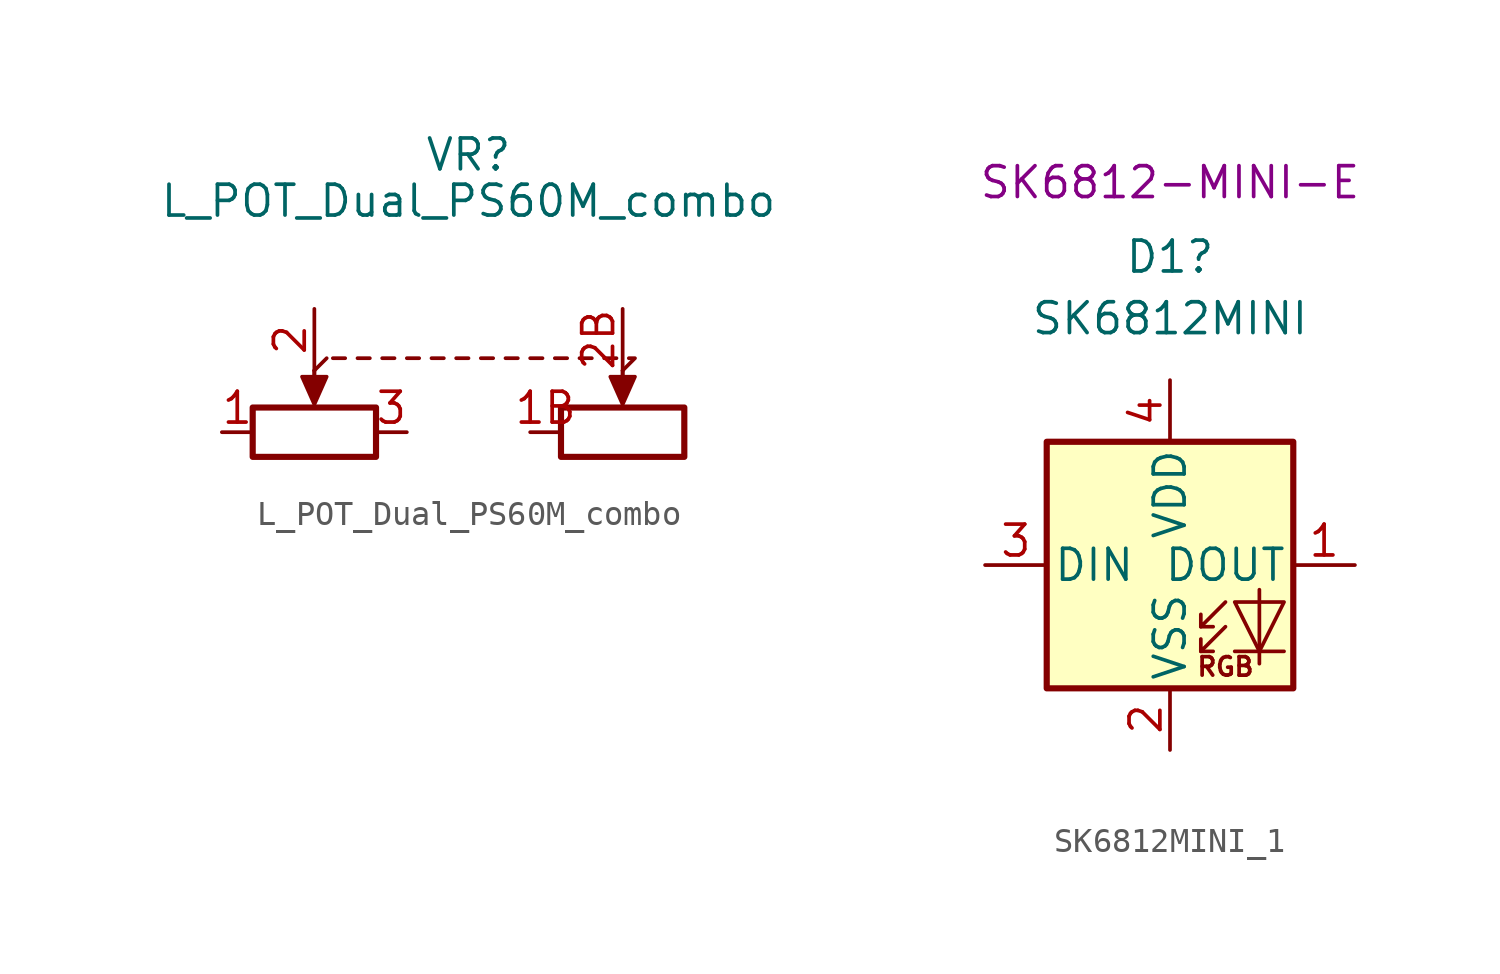
<source format=kicad_sym>
(kicad_symbol_lib
  (version 20211014)
  (generator kicad_symbol_editor)
  (symbol "L_POT_Dual_PS60M_combo"
    (pin_names
      (offset 1.016) hide)
    (property "Reference" "VR"
      (at 0 8.89 0)
      (effects (font (size 1.27 1.27))))
    (property "Value" "L_POT_Dual_PS60M_combo"
      (at 0 6.985 0)
      (effects (font (size 1.27 1.27))))
    (symbol "L_POT_Dual_PS60M_combo_0_1"
      (rectangle (start -8.89 -1.524) (end -3.81 -3.556) (stroke (width 0.254) (type default) (color 0 0 0 0)) (fill (type none)))
      (polyline (pts (xy -6.35 0) (xy -6.35 -1.016)) (stroke (width 0) (type default) (color 0 0 0 0)) (fill (type none)))
      (polyline (pts (xy -6.35 0) (xy -6.35 -1.016)) (stroke (width 0) (type default) (color 0 0 0 0)) (fill (type none)))
      (polyline (pts (xy -6.35 0) (xy -5.842 0.508)) (stroke (width 0) (type default) (color 0 0 0 0)) (fill (type none)))
      (polyline (pts (xy -5.588 0.508) (xy -5.08 0.508)) (stroke (width 0) (type default) (color 0 0 0 0)) (fill (type none)))
      (polyline (pts (xy -4.572 0.508) (xy -4.064 0.508)) (stroke (width 0) (type default) (color 0 0 0 0)) (fill (type none)))
      (polyline (pts (xy -3.556 0.508) (xy -3.048 0.508)) (stroke (width 0) (type default) (color 0 0 0 0)) (fill (type none)))
      (polyline (pts (xy -2.54 0.508) (xy -2.032 0.508)) (stroke (width 0) (type default) (color 0 0 0 0)) (fill (type none)))
      (polyline (pts (xy -1.524 0.508) (xy -1.016 0.508)) (stroke (width 0) (type default) (color 0 0 0 0)) (fill (type none)))
      (polyline (pts (xy -0.508 0.508) (xy 0 0.508)) (stroke (width 0) (type default) (color 0 0 0 0)) (fill (type none)))
      (polyline (pts (xy 0.508 0.508) (xy 1.016 0.508)) (stroke (width 0) (type default) (color 0 0 0 0)) (fill (type none)))
      (polyline (pts (xy 1.524 0.508) (xy 2.032 0.508)) (stroke (width 0) (type default) (color 0 0 0 0)) (fill (type none)))
      (polyline (pts (xy 2.54 0.508) (xy 3.048 0.508)) (stroke (width 0) (type default) (color 0 0 0 0)) (fill (type none)))
      (polyline (pts (xy 3.556 0.508) (xy 4.064 0.508)) (stroke (width 0) (type default) (color 0 0 0 0)) (fill (type none)))
      (polyline (pts (xy 4.572 0.508) (xy 5.08 0.508)) (stroke (width 0) (type default) (color 0 0 0 0)) (fill (type none)))
      (polyline (pts (xy 5.588 0.508) (xy 6.096 0.508)) (stroke (width 0) (type default) (color 0 0 0 0)) (fill (type none)))
      (polyline (pts (xy 6.35 0) (xy 6.35 -1.016)) (stroke (width 0) (type default) (color 0 0 0 0)) (fill (type none)))
      (polyline (pts (xy 6.35 0) (xy 6.35 -1.016)) (stroke (width 0) (type default) (color 0 0 0 0)) (fill (type none)))
      (polyline (pts (xy 6.604 0.508) (xy 6.858 0.508) (xy 6.35 0)) (stroke (width 0) (type default) (color 0 0 0 0)) (fill (type none)))
      (polyline (pts (xy -6.35 -1.397) (xy -6.858 -0.254) (xy -5.842 -0.254) (xy -6.35 -1.397)) (stroke (width 0) (type default) (color 0 0 0 0)) (fill (type outline)))
      (polyline (pts (xy 6.35 -1.397) (xy 5.842 -0.254) (xy 6.858 -0.254) (xy 6.35 -1.397)) (stroke (width 0) (type default) (color 0 0 0 0)) (fill (type outline)))
      (rectangle (start 3.81 -1.524) (end 8.89 -3.556) (stroke (width 0.254) (type default) (color 0 0 0 0)) (fill (type none))))
    (symbol "L_POT_Dual_PS60M_combo_1_1"
      (pin passive line (at -10.16 -2.54 0) (length 1.27) (name "1" (effects (font (size 1.27 1.27)))) (number "1" (effects (font (size 1.27 1.27)))))
      (pin passive line (at 2.54 -2.54 0) (length 1.27) (name "1B" (effects (font (size 1.27 1.27)))) (number "1B" (effects (font (size 1.27 1.27)))))
      (pin passive line (at -6.35 2.54 270) (length 2.54) (name "2" (effects (font (size 1.27 1.27)))) (number "2" (effects (font (size 1.27 1.27)))))
      (pin passive line (at 6.35 2.54 270) (length 2.54) (name "2B" (effects (font (size 1.27 1.27)))) (number "2B" (effects (font (size 1.27 1.27)))))
      (pin passive line (at -2.54 -2.54 180) (length 1.27) (name "3" (effects (font (size 1.27 1.27)))) (number "3" (effects (font (size 1.27 1.27)))))))
  (symbol "SK6812MINI_1"
    (pin_names
      (offset 0.254))
    (property "Reference" "D1"
      (at 0 12.7 0)
      (effects (font (size 1.27 1.27))))
    (property "Value" "SK6812MINI"
      (at 0 10.16 0)
      (effects (font (size 1.27 1.27))))
    (property "Footprint" "SK6812-MINI-E"
      (at 0 16.51 0)
      (effects (font (size 1.27 1.27)) (justify top)))
    (symbol "SK6812MINI_1_0_0"
      (text "RGB" (at 2.286 -4.191 0) (effects (font (size 0.762 0.762)))))
    (symbol "SK6812MINI_1_0_1"
      (polyline (pts (xy 1.27 -3.556) (xy 1.778 -3.556)) (stroke (width 0) (type default) (color 0 0 0 0)) (fill (type none)))
      (polyline (pts (xy 1.27 -2.54) (xy 1.778 -2.54)) (stroke (width 0) (type default) (color 0 0 0 0)) (fill (type none)))
      (polyline (pts (xy 4.699 -3.556) (xy 2.667 -3.556)) (stroke (width 0) (type default) (color 0 0 0 0)) (fill (type none)))
      (polyline (pts (xy 2.286 -2.54) (xy 1.27 -3.556) (xy 1.27 -3.048)) (stroke (width 0) (type default) (color 0 0 0 0)) (fill (type none)))
      (polyline (pts (xy 2.286 -1.524) (xy 1.27 -2.54) (xy 1.27 -2.032)) (stroke (width 0) (type default) (color 0 0 0 0)) (fill (type none)))
      (polyline (pts (xy 3.683 -1.016) (xy 3.683 -3.556) (xy 3.683 -4.064)) (stroke (width 0) (type default) (color 0 0 0 0)) (fill (type none)))
      (polyline (pts (xy 4.699 -1.524) (xy 2.667 -1.524) (xy 3.683 -3.556) (xy 4.699 -1.524)) (stroke (width 0) (type default) (color 0 0 0 0)) (fill (type none)))
      (rectangle (start 5.08 5.08) (end -5.08 -5.08) (stroke (width 0.254) (type default) (color 0 0 0 0)) (fill (type background))))
    (symbol "SK6812MINI_1_1_1"
      (pin output line (at 7.62 0 180) (length 2.54) (name "DOUT" (effects (font (size 1.27 1.27)))) (number "1" (effects (font (size 1.27 1.27)))))
      (pin power_in line (at 0 -7.62 90) (length 2.54) (name "VSS" (effects (font (size 1.27 1.27)))) (number "2" (effects (font (size 1.27 1.27)))))
      (pin input line (at -7.62 0 0) (length 2.54) (name "DIN" (effects (font (size 1.27 1.27)))) (number "3" (effects (font (size 1.27 1.27)))))
      (pin power_in line (at 0 7.62 270) (length 2.54) (name "VDD" (effects (font (size 1.27 1.27)))) (number "4" (effects (font (size 1.27 1.27))))))))
</source>
